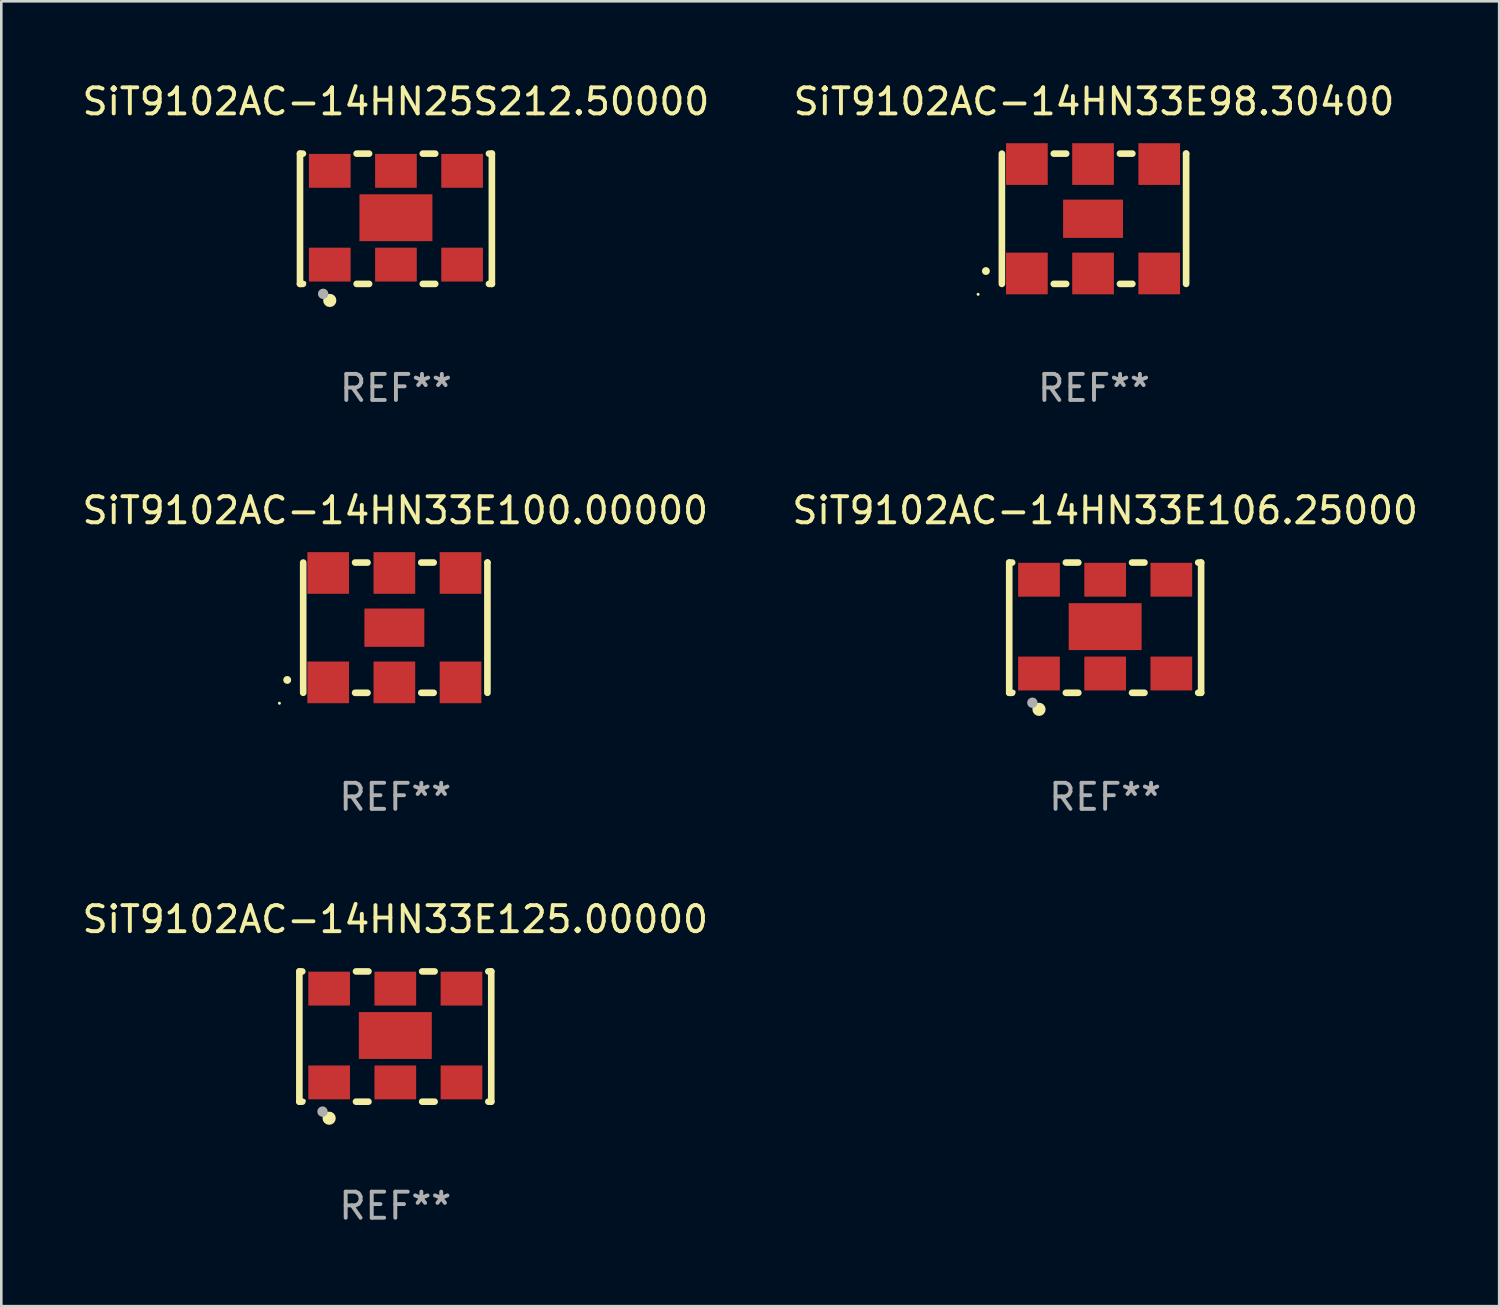
<source format=kicad_pcb>
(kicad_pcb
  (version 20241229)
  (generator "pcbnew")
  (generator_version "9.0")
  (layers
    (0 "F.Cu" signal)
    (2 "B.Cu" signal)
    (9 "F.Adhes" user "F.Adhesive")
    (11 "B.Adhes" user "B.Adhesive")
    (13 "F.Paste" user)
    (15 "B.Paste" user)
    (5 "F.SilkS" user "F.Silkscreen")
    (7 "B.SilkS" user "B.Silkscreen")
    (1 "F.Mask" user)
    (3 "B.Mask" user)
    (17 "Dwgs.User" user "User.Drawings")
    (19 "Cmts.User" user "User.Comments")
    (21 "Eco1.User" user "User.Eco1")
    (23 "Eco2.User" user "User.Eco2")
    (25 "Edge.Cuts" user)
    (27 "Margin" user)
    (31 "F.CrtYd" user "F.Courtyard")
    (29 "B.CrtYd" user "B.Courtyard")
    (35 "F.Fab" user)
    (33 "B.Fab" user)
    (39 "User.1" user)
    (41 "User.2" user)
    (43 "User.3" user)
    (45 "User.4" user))
  (footprint "SiT9102AC-14HN25S212.50000"
    (layer "F.Cu")
    (at 12.149 5.348)
    (property "Reference" "SiT9102AC-14HN25S212.50000" (at 0 -4.5 0) (layer "F.SilkS") (effects (font (size 1 1) (thickness 0.15))))
    (attr through_hole)
    (fp_line (start -3.683 -2.5) (end -3.571 -2.5) (stroke (width 0.254) (type solid)) (layer "F.SilkS"))
    (fp_line (start -3.683 2.5) (end -3.683 -2.5) (stroke (width 0.254) (type solid)) (layer "F.SilkS"))
    (fp_line (start -3.683 2.5) (end -3.571 2.5) (stroke (width 0.254) (type solid)) (layer "F.SilkS"))
    (fp_line (start -1.509 -2.5) (end -1.031 -2.5) (stroke (width 0.254) (type solid)) (layer "F.SilkS"))
    (fp_line (start -1.509 2.5) (end -1.031 2.5) (stroke (width 0.254) (type solid)) (layer "F.SilkS"))
    (fp_line (start 1.031 -2.5) (end 1.509 -2.5) (stroke (width 0.254) (type solid)) (layer "F.SilkS"))
    (fp_line (start 1.031 2.5) (end 1.509 2.5) (stroke (width 0.254) (type solid)) (layer "F.SilkS"))
    (fp_line (start 3.571 -2.5) (end 3.683 -2.5) (stroke (width 0.254) (type solid)) (layer "F.SilkS"))
    (fp_line (start 3.571 2.5) (end 3.683 2.5) (stroke (width 0.254) (type solid)) (layer "F.SilkS"))
    (fp_line (start 3.683 2.5) (end 3.683 -2.5) (stroke (width 0.254) (type solid)) (layer "F.SilkS"))
    (fp_circle (center -3.5 2.46) (end -3.47 2.46) (stroke (width 0.06) (type solid)) (fill no) (layer "F.SilkS"))
    (fp_circle (center -2.54 3.135) (end -2.413 3.135) (stroke (width 0.254) (type solid)) (fill no) (layer "F.SilkS"))
    (fp_circle (center -2.794 2.881) (end -2.694 2.881) (stroke (width 0.2) (type solid)) (fill no) (layer "F.Fab"))
    (fp_text user "REF**" (at 0 6.5 0) (layer "F.Fab") (effects (font (size 1 1) (thickness 0.15))))
    (pad "1" smd rect (at -2.54 1.76) (size 1.6 1.3) (layers "F.Cu" "F.Mask" "F.Paste"))
    (pad "2" smd rect (at 0 1.76) (size 1.6 1.3) (layers "F.Cu" "F.Mask" "F.Paste"))
    (pad "3" smd rect (at 2.54 1.76) (size 1.6 1.3) (layers "F.Cu" "F.Mask" "F.Paste"))
    (pad "4" smd rect (at 2.54 -1.84) (size 1.6 1.3) (layers "F.Cu" "F.Mask" "F.Paste"))
    (pad "5" smd rect (at 0 -1.84) (size 1.6 1.3) (layers "F.Cu" "F.Mask" "F.Paste"))
    (pad "6" smd rect (at -2.54 -1.84) (size 1.6 1.3) (layers "F.Cu" "F.Mask" "F.Paste"))
    (pad "7" smd rect (at 0 -0.04) (size 2.8 1.8) (layers "F.Cu" "F.Mask" "F.Paste")))
  (footprint "SiT9102AC-14HN33E98.30400"
    (layer "F.Cu")
    (at 38.946 5.348)
    (property "Reference" "SiT9102AC-14HN33E98.30400" (at 0 -4.5 0) (layer "F.SilkS") (effects (font (size 1 1) (thickness 0.15))))
    (attr through_hole)
    (fp_line (start -3.536 -2.5) (end -3.536 2.5) (stroke (width 0.254) (type solid)) (layer "F.SilkS"))
    (fp_line (start -1.544 2.5) (end -1.067 2.5) (stroke (width 0.254) (type solid)) (layer "F.SilkS"))
    (fp_line (start -1.067 -2.5) (end -1.544 -2.5) (stroke (width 0.254) (type solid)) (layer "F.SilkS"))
    (fp_line (start 0.996 2.5) (end 1.473 2.5) (stroke (width 0.254) (type solid)) (layer "F.SilkS"))
    (fp_line (start 1.473 -2.5) (end 0.996 -2.5) (stroke (width 0.254) (type solid)) (layer "F.SilkS"))
    (fp_line (start 3.536 -2.5) (end 3.536 -2.5) (stroke (width 0.254) (type solid)) (layer "F.SilkS"))
    (fp_line (start 3.536 2.5) (end 3.536 -2.5) (stroke (width 0.254) (type solid)) (layer "F.SilkS"))
    (fp_arc (start -4.150432 2.006604) (mid -4.149162 2.006599) (end -4.147892 2.006604) (stroke (width 0.3) (type solid)) (layer "F.SilkS"))
    (fp_circle (center -4.449 2.9) (end -4.419 2.9) (stroke (width 0.06) (type solid)) (fill no) (layer "F.SilkS"))
    (fp_text user "REF**" (at 0 6.5 0) (layer "F.Fab") (effects (font (size 1 1) (thickness 0.15))))
    (pad "1" smd rect (at -2.576 2.1) (size 1.6 1.6) (layers "F.Cu" "F.Mask" "F.Paste"))
    (pad "2" smd rect (at -0.036 2.1) (size 1.6 1.6) (layers "F.Cu" "F.Mask" "F.Paste"))
    (pad "3" smd rect (at 2.504 2.1) (size 1.6 1.6) (layers "F.Cu" "F.Mask" "F.Paste"))
    (pad "4" smd rect (at 2.504 -2.1) (size 1.6 1.6) (layers "F.Cu" "F.Mask" "F.Paste"))
    (pad "5" smd rect (at -0.036 -2.1) (size 1.6 1.6) (layers "F.Cu" "F.Mask" "F.Paste"))
    (pad "6" smd rect (at -2.576 -2.1) (size 1.6 1.6) (layers "F.Cu" "F.Mask" "F.Paste"))
    (pad "7" smd rect (at -0.036 0) (size 2.3 1.47) (layers "F.Cu" "F.Mask" "F.Paste")))
  (footprint "SiT9102AC-14HN33E125.00000"
    (layer "F.Cu")
    (at 12.125 36.741)
    (property "Reference" "SiT9102AC-14HN33E125.00000" (at 0 -4.5 0) (layer "F.SilkS") (effects (font (size 1 1) (thickness 0.15))))
    (attr through_hole)
    (fp_line (start -3.683 -2.5) (end -3.571 -2.5) (stroke (width 0.254) (type solid)) (layer "F.SilkS"))
    (fp_line (start -3.683 2.5) (end -3.683 -2.5) (stroke (width 0.254) (type solid)) (layer "F.SilkS"))
    (fp_line (start -3.683 2.5) (end -3.571 2.5) (stroke (width 0.254) (type solid)) (layer "F.SilkS"))
    (fp_line (start -1.509 -2.5) (end -1.031 -2.5) (stroke (width 0.254) (type solid)) (layer "F.SilkS"))
    (fp_line (start -1.509 2.5) (end -1.031 2.5) (stroke (width 0.254) (type solid)) (layer "F.SilkS"))
    (fp_line (start 1.031 -2.5) (end 1.509 -2.5) (stroke (width 0.254) (type solid)) (layer "F.SilkS"))
    (fp_line (start 1.031 2.5) (end 1.509 2.5) (stroke (width 0.254) (type solid)) (layer "F.SilkS"))
    (fp_line (start 3.571 -2.5) (end 3.683 -2.5) (stroke (width 0.254) (type solid)) (layer "F.SilkS"))
    (fp_line (start 3.571 2.5) (end 3.683 2.5) (stroke (width 0.254) (type solid)) (layer "F.SilkS"))
    (fp_line (start 3.683 2.5) (end 3.683 -2.5) (stroke (width 0.254) (type solid)) (layer "F.SilkS"))
    (fp_circle (center -3.5 2.46) (end -3.47 2.46) (stroke (width 0.06) (type solid)) (fill no) (layer "F.SilkS"))
    (fp_circle (center -2.54 3.135) (end -2.413 3.135) (stroke (width 0.254) (type solid)) (fill no) (layer "F.SilkS"))
    (fp_circle (center -2.794 2.881) (end -2.694 2.881) (stroke (width 0.2) (type solid)) (fill no) (layer "F.Fab"))
    (fp_text user "REF**" (at 0 6.5 0) (layer "F.Fab") (effects (font (size 1 1) (thickness 0.15))))
    (pad "1" smd rect (at -2.54 1.76) (size 1.6 1.3) (layers "F.Cu" "F.Mask" "F.Paste"))
    (pad "2" smd rect (at 0 1.76) (size 1.6 1.3) (layers "F.Cu" "F.Mask" "F.Paste"))
    (pad "3" smd rect (at 2.54 1.76) (size 1.6 1.3) (layers "F.Cu" "F.Mask" "F.Paste"))
    (pad "4" smd rect (at 2.54 -1.84) (size 1.6 1.3) (layers "F.Cu" "F.Mask" "F.Paste"))
    (pad "5" smd rect (at 0 -1.84) (size 1.6 1.3) (layers "F.Cu" "F.Mask" "F.Paste"))
    (pad "6" smd rect (at -2.54 -1.84) (size 1.6 1.3) (layers "F.Cu" "F.Mask" "F.Paste"))
    (pad "7" smd rect (at 0 -0.04) (size 2.8 1.8) (layers "F.Cu" "F.Mask" "F.Paste")))
  (footprint "SiT9102AC-14HN33E106.25000"
    (layer "F.Cu")
    (at 39.375 21.045)
    (property "Reference" "SiT9102AC-14HN33E106.25000" (at 0 -4.5 0) (layer "F.SilkS") (effects (font (size 1 1) (thickness 0.15))))
    (attr through_hole)
    (fp_line (start -3.683 -2.5) (end -3.571 -2.5) (stroke (width 0.254) (type solid)) (layer "F.SilkS"))
    (fp_line (start -3.683 2.5) (end -3.683 -2.5) (stroke (width 0.254) (type solid)) (layer "F.SilkS"))
    (fp_line (start -3.683 2.5) (end -3.571 2.5) (stroke (width 0.254) (type solid)) (layer "F.SilkS"))
    (fp_line (start -1.509 -2.5) (end -1.031 -2.5) (stroke (width 0.254) (type solid)) (layer "F.SilkS"))
    (fp_line (start -1.509 2.5) (end -1.031 2.5) (stroke (width 0.254) (type solid)) (layer "F.SilkS"))
    (fp_line (start 1.031 -2.5) (end 1.509 -2.5) (stroke (width 0.254) (type solid)) (layer "F.SilkS"))
    (fp_line (start 1.031 2.5) (end 1.509 2.5) (stroke (width 0.254) (type solid)) (layer "F.SilkS"))
    (fp_line (start 3.571 -2.5) (end 3.683 -2.5) (stroke (width 0.254) (type solid)) (layer "F.SilkS"))
    (fp_line (start 3.571 2.5) (end 3.683 2.5) (stroke (width 0.254) (type solid)) (layer "F.SilkS"))
    (fp_line (start 3.683 2.5) (end 3.683 -2.5) (stroke (width 0.254) (type solid)) (layer "F.SilkS"))
    (fp_circle (center -3.5 2.46) (end -3.47 2.46) (stroke (width 0.06) (type solid)) (fill no) (layer "F.SilkS"))
    (fp_circle (center -2.54 3.135) (end -2.413 3.135) (stroke (width 0.254) (type solid)) (fill no) (layer "F.SilkS"))
    (fp_circle (center -2.794 2.881) (end -2.694 2.881) (stroke (width 0.2) (type solid)) (fill no) (layer "F.Fab"))
    (fp_text user "REF**" (at 0 6.5 0) (layer "F.Fab") (effects (font (size 1 1) (thickness 0.15))))
    (pad "1" smd rect (at -2.54 1.76) (size 1.6 1.3) (layers "F.Cu" "F.Mask" "F.Paste"))
    (pad "2" smd rect (at 0 1.76) (size 1.6 1.3) (layers "F.Cu" "F.Mask" "F.Paste"))
    (pad "3" smd rect (at 2.54 1.76) (size 1.6 1.3) (layers "F.Cu" "F.Mask" "F.Paste"))
    (pad "4" smd rect (at 2.54 -1.84) (size 1.6 1.3) (layers "F.Cu" "F.Mask" "F.Paste"))
    (pad "5" smd rect (at 0 -1.84) (size 1.6 1.3) (layers "F.Cu" "F.Mask" "F.Paste"))
    (pad "6" smd rect (at -2.54 -1.84) (size 1.6 1.3) (layers "F.Cu" "F.Mask" "F.Paste"))
    (pad "7" smd rect (at 0 -0.04) (size 2.8 1.8) (layers "F.Cu" "F.Mask" "F.Paste")))
  (footprint "SiT9102AC-14HN33E100.00000"
    (layer "F.Cu")
    (at 12.125 21.045)
    (property "Reference" "SiT9102AC-14HN33E100.00000" (at 0 -4.5 0) (layer "F.SilkS") (effects (font (size 1 1) (thickness 0.15))))
    (attr through_hole)
    (fp_line (start -3.536 -2.5) (end -3.536 2.5) (stroke (width 0.254) (type solid)) (layer "F.SilkS"))
    (fp_line (start -1.544 2.5) (end -1.067 2.5) (stroke (width 0.254) (type solid)) (layer "F.SilkS"))
    (fp_line (start -1.067 -2.5) (end -1.544 -2.5) (stroke (width 0.254) (type solid)) (layer "F.SilkS"))
    (fp_line (start 0.996 2.5) (end 1.473 2.5) (stroke (width 0.254) (type solid)) (layer "F.SilkS"))
    (fp_line (start 1.473 -2.5) (end 0.996 -2.5) (stroke (width 0.254) (type solid)) (layer "F.SilkS"))
    (fp_line (start 3.536 -2.5) (end 3.536 -2.5) (stroke (width 0.254) (type solid)) (layer "F.SilkS"))
    (fp_line (start 3.536 2.5) (end 3.536 -2.5) (stroke (width 0.254) (type solid)) (layer "F.SilkS"))
    (fp_arc (start -4.150432 2.006604) (mid -4.149162 2.006599) (end -4.147892 2.006604) (stroke (width 0.3) (type solid)) (layer "F.SilkS"))
    (fp_circle (center -4.449 2.9) (end -4.419 2.9) (stroke (width 0.06) (type solid)) (fill no) (layer "F.SilkS"))
    (fp_text user "REF**" (at 0 6.5 0) (layer "F.Fab") (effects (font (size 1 1) (thickness 0.15))))
    (pad "1" smd rect (at -2.576 2.1) (size 1.6 1.6) (layers "F.Cu" "F.Mask" "F.Paste"))
    (pad "2" smd rect (at -0.036 2.1) (size 1.6 1.6) (layers "F.Cu" "F.Mask" "F.Paste"))
    (pad "3" smd rect (at 2.504 2.1) (size 1.6 1.6) (layers "F.Cu" "F.Mask" "F.Paste"))
    (pad "4" smd rect (at 2.504 -2.1) (size 1.6 1.6) (layers "F.Cu" "F.Mask" "F.Paste"))
    (pad "5" smd rect (at -0.036 -2.1) (size 1.6 1.6) (layers "F.Cu" "F.Mask" "F.Paste"))
    (pad "6" smd rect (at -2.576 -2.1) (size 1.6 1.6) (layers "F.Cu" "F.Mask" "F.Paste"))
    (pad "7" smd rect (at -0.036 0) (size 2.3 1.47) (layers "F.Cu" "F.Mask" "F.Paste")))
  (gr_rect
    (start -3 -3)
    (end 54.5 47.09)
    (stroke (width 0.1) (type default))
    (fill no)
    (layer "Edge.Cuts")))
</source>
